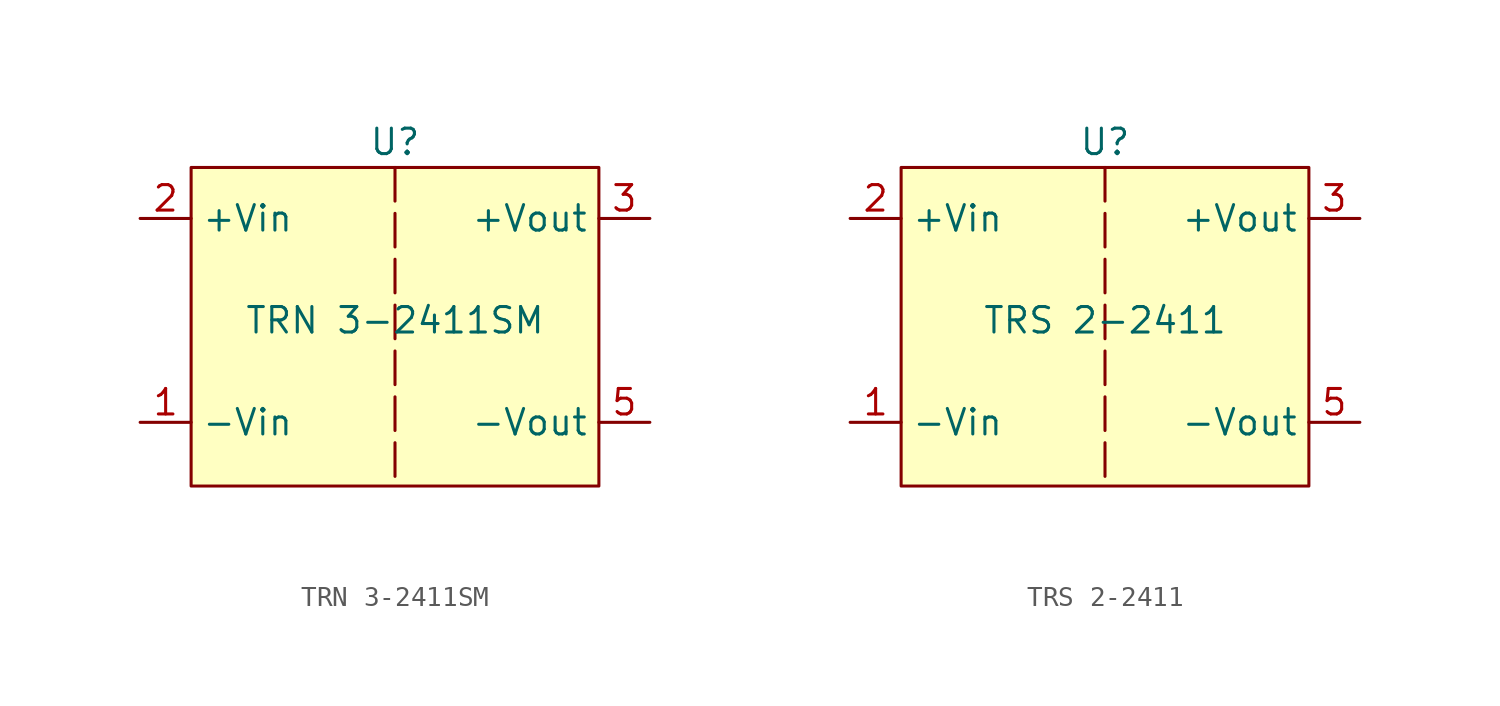
<source format=kicad_sym>
(kicad_symbol_lib
  (version 20220914)
  (generator kicad_symbol_editor)
  (symbol "TRN 3-2411SM"
    (property "Reference" "U"
      (at 0 8.89 0)
      (effects (font (size 1.27 1.27))))
    (property "Value" "TRN 3-2411SM"
      (at 0 0 0)
      (effects (font (size 1.27 1.27))))
    (symbol "TRN 3-2411SM_0_0"
      (pin power_in line (at -12.7 -5.08 0) (length 2.54) (name "-Vin" (effects (font (size 1.27 1.27)))) (number "1" (effects (font (size 1.27 1.27)))))
      (pin power_in line (at -12.7 5.08 0) (length 2.54) (name "+Vin" (effects (font (size 1.27 1.27)))) (number "2" (effects (font (size 1.27 1.27)))))
      (pin power_out line (at 12.7 5.08 180) (length 2.54) (name "+Vout" (effects (font (size 1.27 1.27)))) (number "3" (effects (font (size 1.27 1.27)))))
      (pin power_out line (at 12.7 -5.08 180) (length 2.54) (name "-Vout" (effects (font (size 1.27 1.27)))) (number "5" (effects (font (size 1.27 1.27))))))
    (symbol "TRN 3-2411SM_1_0"
      (pin no_connect non_logic (at -1.27 -10.795 90) (length 2.54) hide (name "NC" (effects (font (size 1.27 1.27)))) (number "6" (effects (font (size 1.27 1.27)))))
      (pin no_connect non_logic (at 1.27 -10.795 90) (length 2.54) hide (name "NC" (effects (font (size 1.27 1.27)))) (number "7" (effects (font (size 1.27 1.27))))))
    (symbol "TRN 3-2411SM_1_1"
      (rectangle (start -10.16 7.62) (end 10.16 -8.255) (stroke (width 0) (type default)) (fill (type background)))
      (polyline (pts (xy 0 7.62) (xy 0 -8.255)) (stroke (width 0) (type dash)) (fill (type none)))))
  (symbol "TRS 2-2411"
    (property "Reference" "U"
      (at 0 8.89 0)
      (effects (font (size 1.27 1.27))))
    (property "Value" "TRS 2-2411"
      (at 0 0 0)
      (effects (font (size 1.27 1.27))))
    (symbol "TRS 2-2411_0_0"
      (pin power_in line (at -12.7 -5.08 0) (length 2.54) (name "-Vin" (effects (font (size 1.27 1.27)))) (number "1" (effects (font (size 1.27 1.27)))))
      (pin power_in line (at -12.7 5.08 0) (length 2.54) (name "+Vin" (effects (font (size 1.27 1.27)))) (number "2" (effects (font (size 1.27 1.27)))))
      (pin power_out line (at 12.7 5.08 180) (length 2.54) (name "+Vout" (effects (font (size 1.27 1.27)))) (number "3" (effects (font (size 1.27 1.27)))))
      (pin power_out line (at 12.7 -5.08 180) (length 2.54) (name "-Vout" (effects (font (size 1.27 1.27)))) (number "5" (effects (font (size 1.27 1.27))))))
    (symbol "TRS 2-2411_1_0"
      (pin no_connect non_logic (at -1.27 -10.795 90) (length 2.54) hide (name "NC" (effects (font (size 1.27 1.27)))) (number "6" (effects (font (size 1.27 1.27)))))
      (pin no_connect non_logic (at 1.27 -10.795 90) (length 2.54) hide (name "NC" (effects (font (size 1.27 1.27)))) (number "7" (effects (font (size 1.27 1.27))))))
    (symbol "TRS 2-2411_1_1"
      (rectangle (start -10.16 7.62) (end 10.16 -8.255) (stroke (width 0) (type default)) (fill (type background)))
      (polyline (pts (xy 0 7.62) (xy 0 -8.255)) (stroke (width 0) (type dash)) (fill (type none))))))
</source>
